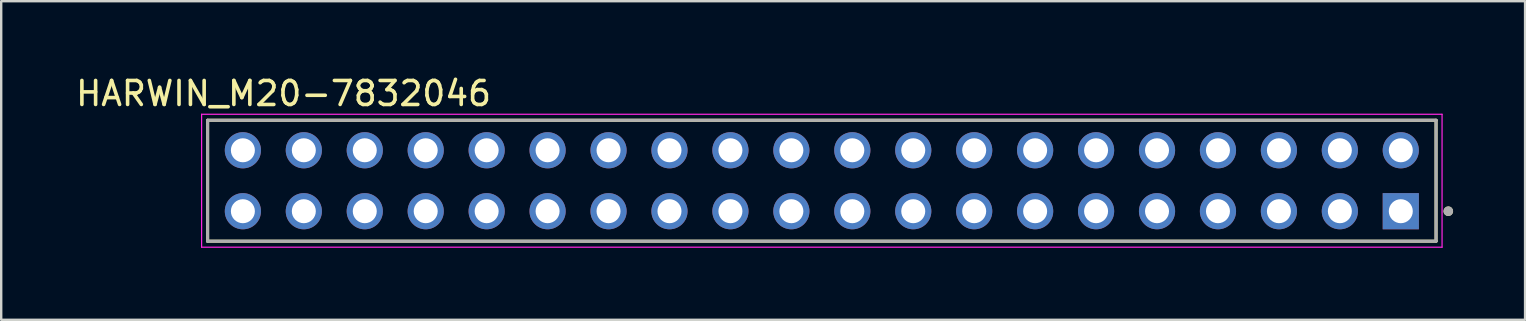
<source format=kicad_pcb>
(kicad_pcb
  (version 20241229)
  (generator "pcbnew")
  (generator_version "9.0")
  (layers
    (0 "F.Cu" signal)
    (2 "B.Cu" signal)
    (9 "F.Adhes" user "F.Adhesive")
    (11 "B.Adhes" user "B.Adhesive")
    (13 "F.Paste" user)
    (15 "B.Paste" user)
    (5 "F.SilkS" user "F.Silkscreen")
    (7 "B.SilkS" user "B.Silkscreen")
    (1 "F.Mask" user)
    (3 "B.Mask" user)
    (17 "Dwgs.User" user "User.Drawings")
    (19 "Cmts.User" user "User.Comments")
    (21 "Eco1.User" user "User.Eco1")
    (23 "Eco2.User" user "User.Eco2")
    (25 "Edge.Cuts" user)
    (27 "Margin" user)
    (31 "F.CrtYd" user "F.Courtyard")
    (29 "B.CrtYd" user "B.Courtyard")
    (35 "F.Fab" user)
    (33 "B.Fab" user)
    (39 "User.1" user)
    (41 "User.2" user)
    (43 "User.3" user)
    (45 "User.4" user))
  (footprint "HARWIN_M20-7832046"
    (layer "F.Cu")
    (at 31.203 4.483)
    (property "Reference" "HARWIN_M20-7832046" (at -22.435 -3.635 0) (layer "F.SilkS") (effects (font (size 1 1) (thickness 0.15))))
    (attr through_hole)
    (fp_line (start -25.6 -2.52) (end 25.6 -2.52) (stroke (width 0.127) (type solid)) (layer "F.SilkS"))
    (fp_line (start -25.6 2.52) (end -25.6 -2.52) (stroke (width 0.127) (type solid)) (layer "F.SilkS"))
    (fp_line (start 25.6 -2.52) (end 25.6 2.52) (stroke (width 0.127) (type solid)) (layer "F.SilkS"))
    (fp_line (start 25.6 2.52) (end -25.6 2.52) (stroke (width 0.127) (type solid)) (layer "F.SilkS"))
    (fp_circle (center 26.11 1.27) (end 26.21 1.27) (stroke (width 0.2) (type solid)) (fill no) (layer "F.SilkS"))
    (fp_line (start -25.85 -2.77) (end -25.85 2.77) (stroke (width 0.05) (type solid)) (layer "F.CrtYd"))
    (fp_line (start -25.85 2.77) (end 25.85 2.77) (stroke (width 0.05) (type solid)) (layer "F.CrtYd"))
    (fp_line (start 25.85 -2.77) (end -25.85 -2.77) (stroke (width 0.05) (type solid)) (layer "F.CrtYd"))
    (fp_line (start 25.85 2.77) (end 25.85 -2.77) (stroke (width 0.05) (type solid)) (layer "F.CrtYd"))
    (fp_line (start -25.6 -2.52) (end 25.6 -2.52) (stroke (width 0.127) (type solid)) (layer "F.Fab"))
    (fp_line (start -25.6 2.52) (end -25.6 -2.52) (stroke (width 0.127) (type solid)) (layer "F.Fab"))
    (fp_line (start 25.6 -2.52) (end 25.6 2.52) (stroke (width 0.127) (type solid)) (layer "F.Fab"))
    (fp_line (start 25.6 2.52) (end -25.6 2.52) (stroke (width 0.127) (type solid)) (layer "F.Fab"))
    (fp_circle (center 26.11 1.27) (end 26.21 1.27) (stroke (width 0.2) (type solid)) (fill no) (layer "F.Fab"))
    (pad "1" thru_hole rect (at 24.13 1.27) (size 1.508 1.508) (drill 1) (layers "*.Cu" "*.Mask"))
    (pad "2" thru_hole circle (at 24.13 -1.27) (size 1.508 1.508) (drill 1) (layers "*.Cu" "*.Mask"))
    (pad "3" thru_hole circle (at 21.59 1.27) (size 1.508 1.508) (drill 1) (layers "*.Cu" "*.Mask"))
    (pad "4" thru_hole circle (at 21.59 -1.27) (size 1.508 1.508) (drill 1) (layers "*.Cu" "*.Mask"))
    (pad "5" thru_hole circle (at 19.05 1.27) (size 1.508 1.508) (drill 1) (layers "*.Cu" "*.Mask"))
    (pad "6" thru_hole circle (at 19.05 -1.27) (size 1.508 1.508) (drill 1) (layers "*.Cu" "*.Mask"))
    (pad "7" thru_hole circle (at 16.51 1.27) (size 1.508 1.508) (drill 1) (layers "*.Cu" "*.Mask"))
    (pad "8" thru_hole circle (at 16.51 -1.27) (size 1.508 1.508) (drill 1) (layers "*.Cu" "*.Mask"))
    (pad "9" thru_hole circle (at 13.97 1.27) (size 1.508 1.508) (drill 1) (layers "*.Cu" "*.Mask"))
    (pad "10" thru_hole circle (at 13.97 -1.27) (size 1.508 1.508) (drill 1) (layers "*.Cu" "*.Mask"))
    (pad "11" thru_hole circle (at 11.43 1.27) (size 1.508 1.508) (drill 1) (layers "*.Cu" "*.Mask"))
    (pad "12" thru_hole circle (at 11.43 -1.27) (size 1.508 1.508) (drill 1) (layers "*.Cu" "*.Mask"))
    (pad "13" thru_hole circle (at 8.89 1.27) (size 1.508 1.508) (drill 1) (layers "*.Cu" "*.Mask"))
    (pad "14" thru_hole circle (at 8.89 -1.27) (size 1.508 1.508) (drill 1) (layers "*.Cu" "*.Mask"))
    (pad "15" thru_hole circle (at 6.35 1.27) (size 1.508 1.508) (drill 1) (layers "*.Cu" "*.Mask"))
    (pad "16" thru_hole circle (at 6.35 -1.27) (size 1.508 1.508) (drill 1) (layers "*.Cu" "*.Mask"))
    (pad "17" thru_hole circle (at 3.81 1.27) (size 1.508 1.508) (drill 1) (layers "*.Cu" "*.Mask"))
    (pad "18" thru_hole circle (at 3.81 -1.27) (size 1.508 1.508) (drill 1) (layers "*.Cu" "*.Mask"))
    (pad "19" thru_hole circle (at 1.27 1.27) (size 1.508 1.508) (drill 1) (layers "*.Cu" "*.Mask"))
    (pad "20" thru_hole circle (at 1.27 -1.27) (size 1.508 1.508) (drill 1) (layers "*.Cu" "*.Mask"))
    (pad "21" thru_hole circle (at -1.27 1.27) (size 1.508 1.508) (drill 1) (layers "*.Cu" "*.Mask"))
    (pad "22" thru_hole circle (at -1.27 -1.27) (size 1.508 1.508) (drill 1) (layers "*.Cu" "*.Mask"))
    (pad "23" thru_hole circle (at -3.81 1.27) (size 1.508 1.508) (drill 1) (layers "*.Cu" "*.Mask"))
    (pad "24" thru_hole circle (at -3.81 -1.27) (size 1.508 1.508) (drill 1) (layers "*.Cu" "*.Mask"))
    (pad "25" thru_hole circle (at -6.35 1.27) (size 1.508 1.508) (drill 1) (layers "*.Cu" "*.Mask"))
    (pad "26" thru_hole circle (at -6.35 -1.27) (size 1.508 1.508) (drill 1) (layers "*.Cu" "*.Mask"))
    (pad "27" thru_hole circle (at -8.89 1.27) (size 1.508 1.508) (drill 1) (layers "*.Cu" "*.Mask"))
    (pad "28" thru_hole circle (at -8.89 -1.27) (size 1.508 1.508) (drill 1) (layers "*.Cu" "*.Mask"))
    (pad "29" thru_hole circle (at -11.43 1.27) (size 1.508 1.508) (drill 1) (layers "*.Cu" "*.Mask"))
    (pad "30" thru_hole circle (at -11.43 -1.27) (size 1.508 1.508) (drill 1) (layers "*.Cu" "*.Mask"))
    (pad "31" thru_hole circle (at -13.97 1.27) (size 1.508 1.508) (drill 1) (layers "*.Cu" "*.Mask"))
    (pad "32" thru_hole circle (at -13.97 -1.27) (size 1.508 1.508) (drill 1) (layers "*.Cu" "*.Mask"))
    (pad "33" thru_hole circle (at -16.51 1.27) (size 1.508 1.508) (drill 1) (layers "*.Cu" "*.Mask"))
    (pad "34" thru_hole circle (at -16.51 -1.27) (size 1.508 1.508) (drill 1) (layers "*.Cu" "*.Mask"))
    (pad "35" thru_hole circle (at -19.05 1.27) (size 1.508 1.508) (drill 1) (layers "*.Cu" "*.Mask"))
    (pad "36" thru_hole circle (at -19.05 -1.27) (size 1.508 1.508) (drill 1) (layers "*.Cu" "*.Mask"))
    (pad "37" thru_hole circle (at -21.59 1.27) (size 1.508 1.508) (drill 1) (layers "*.Cu" "*.Mask"))
    (pad "38" thru_hole circle (at -21.59 -1.27) (size 1.508 1.508) (drill 1) (layers "*.Cu" "*.Mask"))
    (pad "39" thru_hole circle (at -24.13 1.27) (size 1.508 1.508) (drill 1) (layers "*.Cu" "*.Mask"))
    (pad "40" thru_hole circle (at -24.13 -1.27) (size 1.508 1.508) (drill 1) (layers "*.Cu" "*.Mask")))
  (gr_rect
    (start -3 -3)
    (end 60.513 10.278)
    (stroke (width 0.1) (type default))
    (fill no)
    (layer "Edge.Cuts")))
</source>
